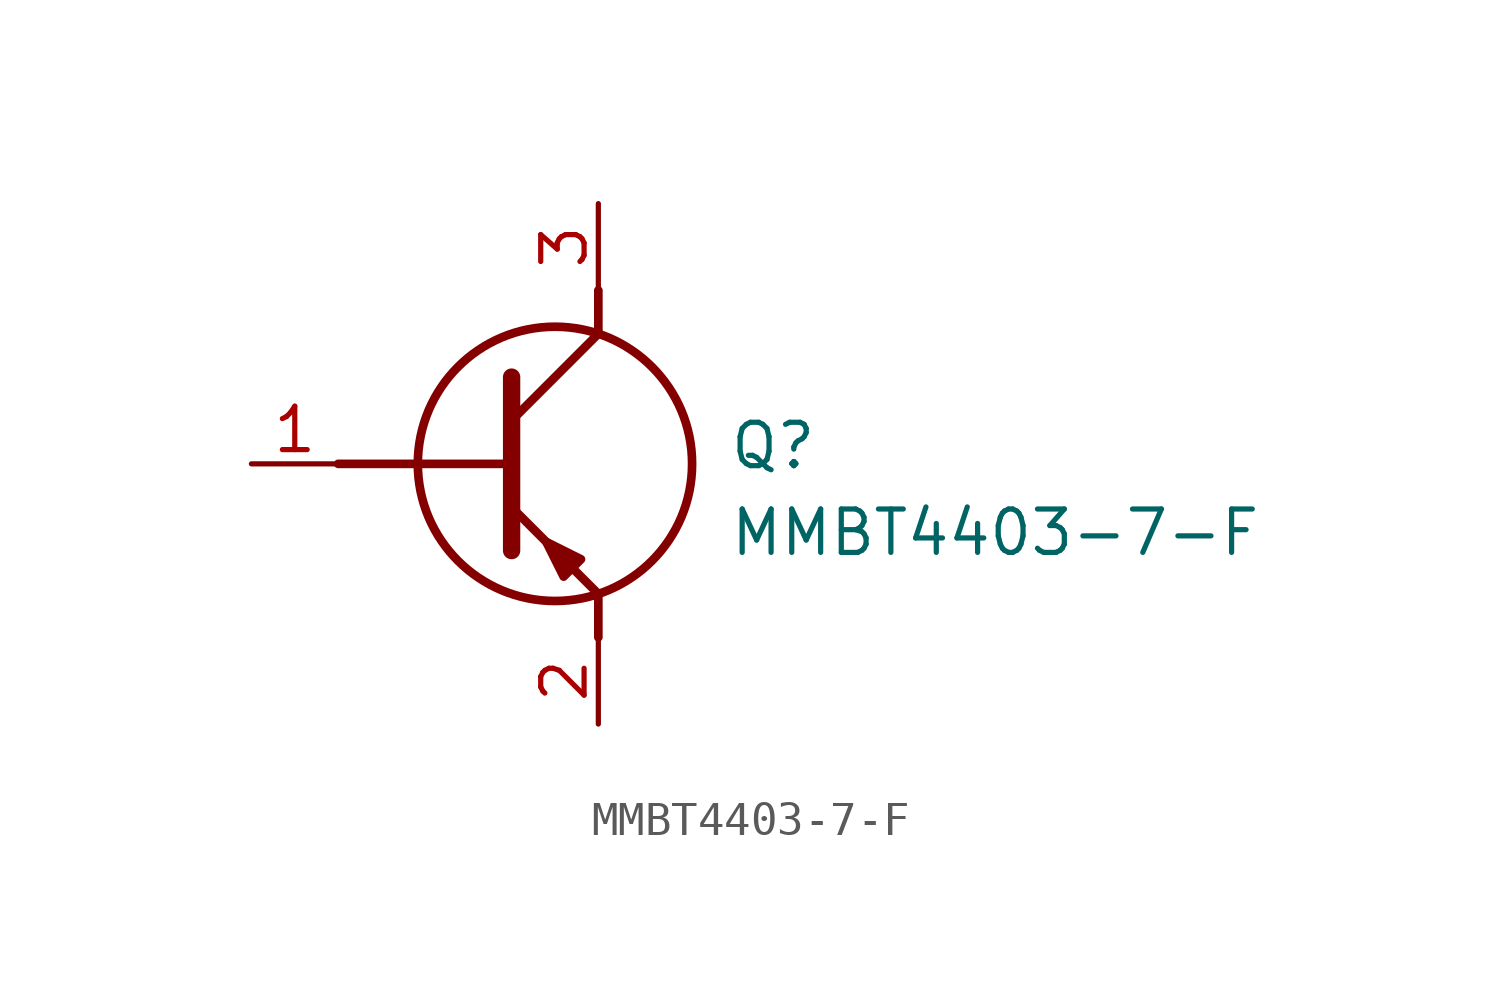
<source format=kicad_sym>
(kicad_symbol_lib
  (version 20211014)
  (generator SamacSys_ECAD_Model)
  (symbol "MMBT4403-7-F"
    (pin_names hide)
    (property "Reference" "Q"
      (at 13.97 1.27 0)
      (effects (font (size 1.27 1.27)) (justify left top)))
    (property "Value" "MMBT4403-7-F"
      (at 13.97 -1.27 0)
      (effects (font (size 1.27 1.27)) (justify left top)))
    (polyline
      (pts (xy 7.62 2.54) (xy 7.62 -2.54))
      (stroke (width 0.508) (type default))
      (fill (type none)))
    (polyline
      (pts (xy 7.62 1.27) (xy 10.16 3.81))
      (stroke (width 0.254) (type default))
      (fill (type none)))
    (polyline
      (pts (xy 7.62 -1.27) (xy 10.16 -3.81))
      (stroke (width 0.254) (type default))
      (fill (type none)))
    (polyline
      (pts (xy 10.16 -3.81) (xy 10.16 -5.08))
      (stroke (width 0.254) (type default))
      (fill (type none)))
    (polyline
      (pts (xy 10.16 3.81) (xy 10.16 5.08))
      (stroke (width 0.254) (type default))
      (fill (type none)))
    (polyline
      (pts (xy 2.54 0) (xy 7.62 0))
      (stroke (width 0.254) (type default))
      (fill (type none)))
    (circle
      (center 8.89 0)
      (radius 4.016)
      (stroke (width 0.254) (type default))
      (fill (type none)))
    (polyline
      (pts (xy 9.652 -2.794) (xy 9.144 -3.302) (xy 8.636 -2.286) (xy 9.652 -2.794))
      (stroke (width 0.254) (type default))
      (fill (type outline)))
    (pin passive line
      (at 0 0 0)
      (length 2.54)
      (name "B" (effects (font (size 1.27 1.27))))
      (number "1" (effects (font (size 1.27 1.27)))))
    (pin passive line
      (at 10.16 -7.62 90)
      (length 2.54)
      (name "E" (effects (font (size 1.27 1.27))))
      (number "2" (effects (font (size 1.27 1.27)))))
    (pin passive line
      (at 10.16 7.62 270)
      (length 2.54)
      (name "C" (effects (font (size 1.27 1.27))))
      (number "3" (effects (font (size 1.27 1.27)))))))
</source>
